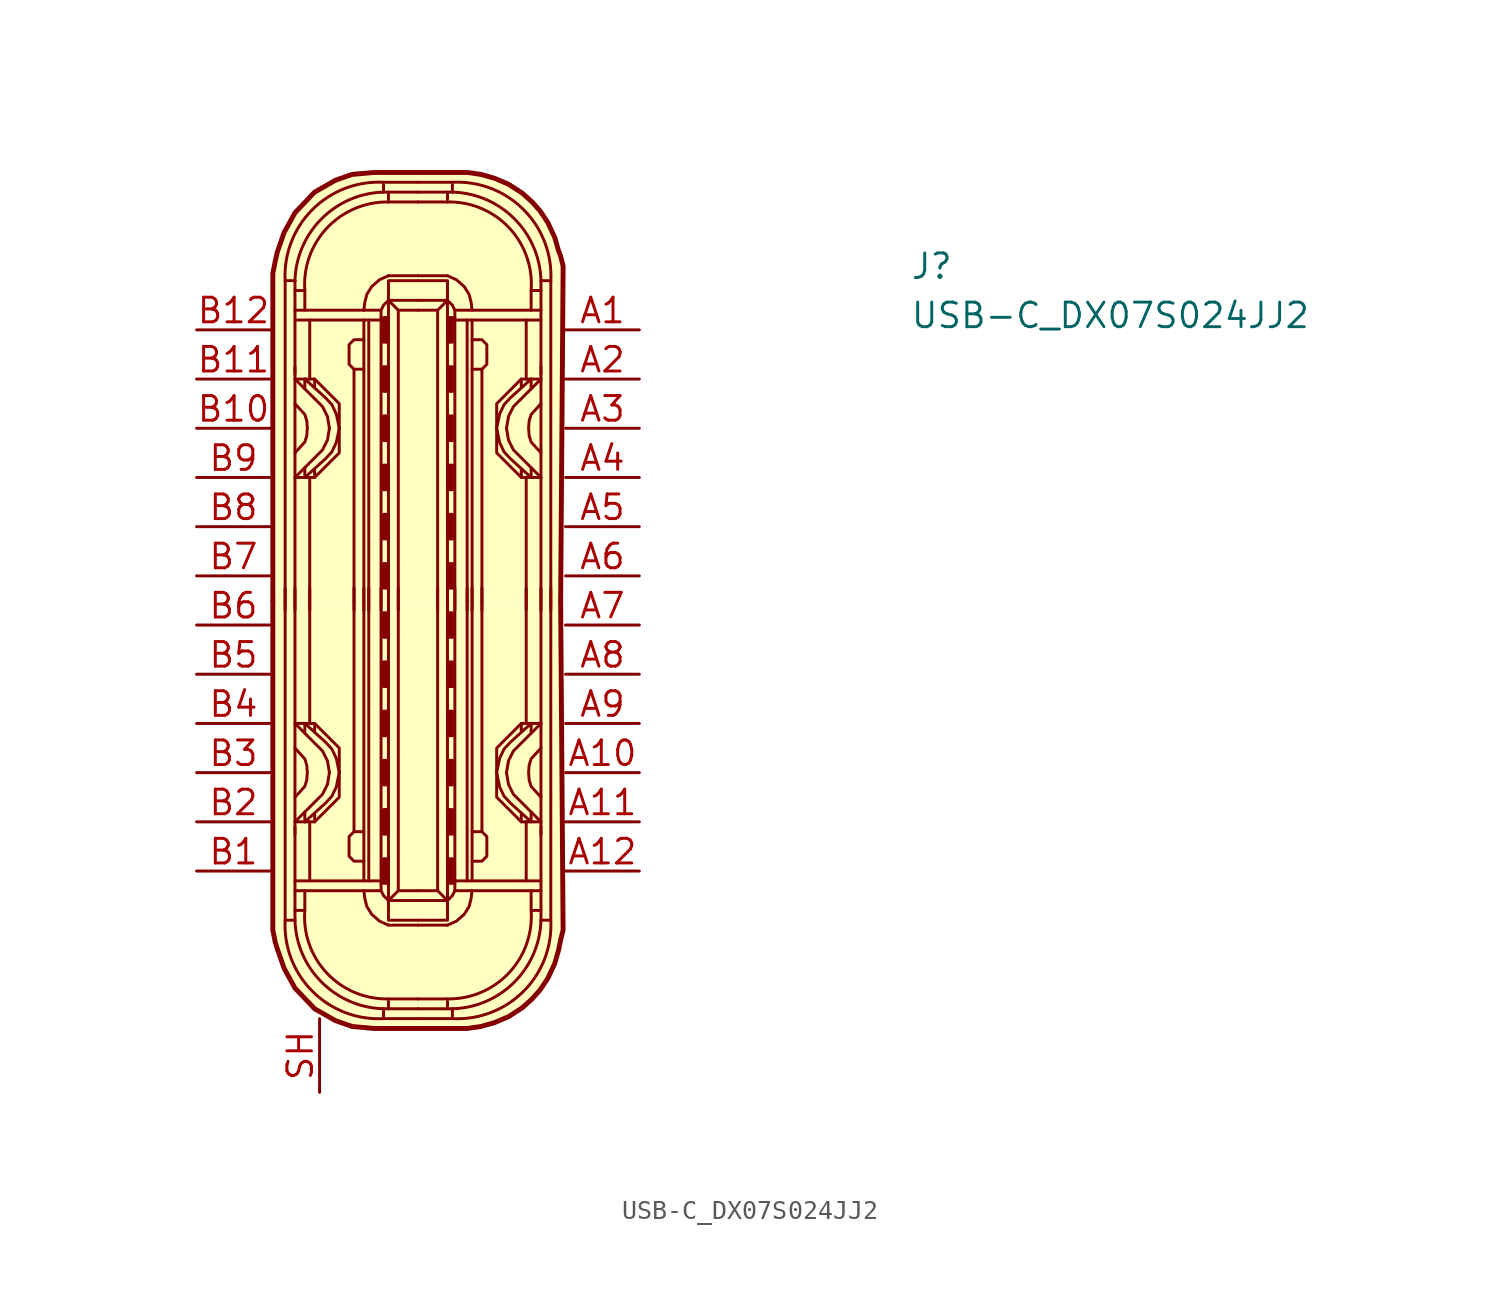
<source format=kicad_sym>
(kicad_symbol_lib
  (version 20211014)
  (generator kicad_symbol_editor)
  (symbol "USB-C_DX07S024JJ2"
    (property "Reference" "J"
      (at 36.83 2.54 0)
      (effects (font (size 1.27 1.27) (thickness 0.15)) (justify left bottom)))
    (property "Value" "USB-C_DX07S024JJ2"
      (at 36.83 0 0)
      (effects (font (size 1.27 1.27) (thickness 0.15)) (justify left bottom)))
    (symbol "USB-C_DX07S024JJ2_1_1"
      (polyline (pts (xy 4.572 -14.478) (xy 4.572 -13.335)) (stroke (width 0) (type default) (color 0 0 0 0)) (fill (type none)))
      (polyline (pts (xy 5.08 -28.956) (xy 9.525 -28.956)) (stroke (width 0) (type default) (color 0 0 0 0)) (fill (type none)))
      (polyline (pts (xy 5.08 -26.035) (xy 5.08 -13.97)) (stroke (width 0) (type default) (color 0 0 0 0)) (fill (type none)))
      (polyline (pts (xy 5.08 -14.478) (xy 5.08 -13.335)) (stroke (width 0) (type default) (color 0 0 0 0)) (fill (type none)))
      (polyline (pts (xy 5.08 -1.905) (xy 5.08 -13.97)) (stroke (width 0) (type default) (color 0 0 0 0)) (fill (type none)))
      (polyline (pts (xy 5.08 1.016) (xy 9.525 1.016)) (stroke (width 0) (type default) (color 0 0 0 0)) (fill (type none)))
      (polyline (pts (xy 5.588 -25.4) (xy 5.588 -24.892)) (stroke (width 0) (type default) (color 0 0 0 0)) (fill (type none)))
      (polyline (pts (xy 5.588 -20.32) (xy 5.588 -20.828)) (stroke (width 0) (type default) (color 0 0 0 0)) (fill (type none)))
      (polyline (pts (xy 5.588 -7.62) (xy 5.588 -7.112)) (stroke (width 0) (type default) (color 0 0 0 0)) (fill (type none)))
      (polyline (pts (xy 5.588 -2.54) (xy 5.588 -3.048)) (stroke (width 0) (type default) (color 0 0 0 0)) (fill (type none)))
      (polyline (pts (xy 5.842 -28.448) (xy 5.842 -25.4)) (stroke (width 0) (type default) (color 0 0 0 0)) (fill (type none)))
      (polyline (pts (xy 5.842 -20.32) (xy 5.842 -13.97)) (stroke (width 0) (type default) (color 0 0 0 0)) (fill (type none)))
      (polyline (pts (xy 5.842 -14.478) (xy 5.842 -13.335)) (stroke (width 0) (type default) (color 0 0 0 0)) (fill (type none)))
      (polyline (pts (xy 5.842 -7.62) (xy 5.842 -13.97)) (stroke (width 0) (type default) (color 0 0 0 0)) (fill (type none)))
      (polyline (pts (xy 5.842 0.508) (xy 5.842 -2.54)) (stroke (width 0) (type default) (color 0 0 0 0)) (fill (type none)))
      (polyline (pts (xy 6.096 -25.4) (xy 6.096 -25.019)) (stroke (width 0) (type default) (color 0 0 0 0)) (fill (type none)))
      (polyline (pts (xy 6.096 -20.574) (xy 6.096 -20.701)) (stroke (width 0) (type default) (color 0 0 0 0)) (fill (type none)))
      (polyline (pts (xy 6.096 -20.32) (xy 6.096 -20.574)) (stroke (width 0) (type default) (color 0 0 0 0)) (fill (type none)))
      (polyline (pts (xy 6.096 -7.62) (xy 6.096 -7.366)) (stroke (width 0) (type default) (color 0 0 0 0)) (fill (type none)))
      (polyline (pts (xy 6.096 -7.366) (xy 6.096 -7.239)) (stroke (width 0) (type default) (color 0 0 0 0)) (fill (type none)))
      (polyline (pts (xy 6.096 -2.54) (xy 6.096 -2.921)) (stroke (width 0) (type default) (color 0 0 0 0)) (fill (type none)))
      (polyline (pts (xy 8.128 -14.478) (xy 8.128 -13.335)) (stroke (width 0) (type default) (color 0 0 0 0)) (fill (type none)))
      (polyline (pts (xy 8.128 -13.97) (xy 8.128 -25.908)) (stroke (width 0) (type default) (color 0 0 0 0)) (fill (type none)))
      (polyline (pts (xy 8.128 -13.97) (xy 8.128 -2.032)) (stroke (width 0) (type default) (color 0 0 0 0)) (fill (type none)))
      (polyline (pts (xy 8.636 -14.478) (xy 8.636 -13.335)) (stroke (width 0) (type default) (color 0 0 0 0)) (fill (type none)))
      (polyline (pts (xy 8.636 -13.97) (xy 8.636 -28.448)) (stroke (width 0) (type default) (color 0 0 0 0)) (fill (type none)))
      (polyline (pts (xy 8.636 -13.97) (xy 8.636 0.508)) (stroke (width 0) (type default) (color 0 0 0 0)) (fill (type none)))
      (polyline (pts (xy 8.89 -28.448) (xy 8.89 -13.97)) (stroke (width 0) (type default) (color 0 0 0 0)) (fill (type none)))
      (polyline (pts (xy 8.89 -14.478) (xy 8.89 -13.335)) (stroke (width 0) (type default) (color 0 0 0 0)) (fill (type none)))
      (polyline (pts (xy 8.89 0.508) (xy 8.89 -13.97)) (stroke (width 0) (type default) (color 0 0 0 0)) (fill (type none)))
      (polyline (pts (xy 9.525 -28.448) (xy 5.08 -28.448)) (stroke (width 0) (type default) (color 0 0 0 0)) (fill (type none)))
      (polyline (pts (xy 9.525 -14.478) (xy 9.525 -13.335)) (stroke (width 0) (type default) (color 0 0 0 0)) (fill (type none)))
      (polyline (pts (xy 9.525 -13.97) (xy 9.525 -28.575)) (stroke (width 0) (type default) (color 0 0 0 0)) (fill (type none)))
      (polyline (pts (xy 9.525 -13.97) (xy 9.525 0.635)) (stroke (width 0) (type default) (color 0 0 0 0)) (fill (type none)))
      (polyline (pts (xy 9.525 0.508) (xy 5.08 0.508)) (stroke (width 0) (type default) (color 0 0 0 0)) (fill (type none)))
      (polyline (pts (xy 9.652 -35.56) (xy 11.43 -35.56)) (stroke (width 0) (type default) (color 0 0 0 0)) (fill (type background)))
      (polyline (pts (xy 9.652 -35.052) (xy 9.652 -35.433)) (stroke (width 0) (type default) (color 0 0 0 0)) (fill (type none)))
      (polyline (pts (xy 9.652 -35.052) (xy 11.43 -35.052)) (stroke (width 0) (type default) (color 0 0 0 0)) (fill (type none)))
      (polyline (pts (xy 9.652 7.112) (xy 9.652 7.493)) (stroke (width 0) (type default) (color 0 0 0 0)) (fill (type none)))
      (polyline (pts (xy 9.652 7.112) (xy 11.43 7.112)) (stroke (width 0) (type default) (color 0 0 0 0)) (fill (type none)))
      (polyline (pts (xy 9.652 7.62) (xy 11.43 7.62)) (stroke (width 0) (type default) (color 0 0 0 0)) (fill (type background)))
      (polyline (pts (xy 9.906 -34.671) (xy 9.906 -35.052)) (stroke (width 0) (type default) (color 0 0 0 0)) (fill (type none)))
      (polyline (pts (xy 9.906 -34.544) (xy 11.43 -34.544)) (stroke (width 0) (type default) (color 0 0 0 0)) (fill (type none)))
      (polyline (pts (xy 9.906 -14.478) (xy 9.906 -13.335)) (stroke (width 0) (type default) (color 0 0 0 0)) (fill (type none)))
      (polyline (pts (xy 9.906 6.604) (xy 11.43 6.604)) (stroke (width 0) (type default) (color 0 0 0 0)) (fill (type none)))
      (polyline (pts (xy 9.906 6.731) (xy 9.906 7.112)) (stroke (width 0) (type default) (color 0 0 0 0)) (fill (type none)))
      (polyline (pts (xy 10.414 -28.956) (xy 9.906 -29.464)) (stroke (width 0) (type default) (color 0 0 0 0)) (fill (type none)))
      (polyline (pts (xy 10.414 -14.478) (xy 10.414 -13.335)) (stroke (width 0) (type default) (color 0 0 0 0)) (fill (type none)))
      (polyline (pts (xy 10.414 1.016) (xy 9.906 1.524)) (stroke (width 0) (type default) (color 0 0 0 0)) (fill (type none)))
      (polyline (pts (xy 11.43 -30.734) (xy 9.906 -30.734)) (stroke (width 0) (type default) (color 0 0 0 0)) (fill (type none)))
      (polyline (pts (xy 11.43 -30.734) (xy 12.954 -30.734)) (stroke (width 0) (type default) (color 0 0 0 0)) (fill (type none)))
      (polyline (pts (xy 11.43 2.794) (xy 9.906 2.794)) (stroke (width 0) (type default) (color 0 0 0 0)) (fill (type none)))
      (polyline (pts (xy 11.43 2.794) (xy 12.954 2.794)) (stroke (width 0) (type default) (color 0 0 0 0)) (fill (type none)))
      (polyline (pts (xy 12.446 -28.956) (xy 12.954 -29.464)) (stroke (width 0) (type default) (color 0 0 0 0)) (fill (type none)))
      (polyline (pts (xy 12.446 -14.478) (xy 12.446 -13.335)) (stroke (width 0) (type default) (color 0 0 0 0)) (fill (type none)))
      (polyline (pts (xy 12.446 1.016) (xy 12.954 1.524)) (stroke (width 0) (type default) (color 0 0 0 0)) (fill (type none)))
      (polyline (pts (xy 12.954 -34.671) (xy 12.954 -35.052)) (stroke (width 0) (type default) (color 0 0 0 0)) (fill (type none)))
      (polyline (pts (xy 12.954 -34.544) (xy 11.43 -34.544)) (stroke (width 0) (type default) (color 0 0 0 0)) (fill (type none)))
      (polyline (pts (xy 12.954 -14.478) (xy 12.954 -13.335)) (stroke (width 0) (type default) (color 0 0 0 0)) (fill (type none)))
      (polyline (pts (xy 12.954 6.604) (xy 11.43 6.604)) (stroke (width 0) (type default) (color 0 0 0 0)) (fill (type none)))
      (polyline (pts (xy 12.954 6.731) (xy 12.954 7.112)) (stroke (width 0) (type default) (color 0 0 0 0)) (fill (type none)))
      (polyline (pts (xy 13.208 -35.56) (xy 11.43 -35.56)) (stroke (width 0) (type default) (color 0 0 0 0)) (fill (type background)))
      (polyline (pts (xy 13.208 -35.052) (xy 11.43 -35.052)) (stroke (width 0) (type default) (color 0 0 0 0)) (fill (type none)))
      (polyline (pts (xy 13.208 -35.052) (xy 13.208 -35.433)) (stroke (width 0) (type default) (color 0 0 0 0)) (fill (type none)))
      (polyline (pts (xy 13.208 7.112) (xy 11.43 7.112)) (stroke (width 0) (type default) (color 0 0 0 0)) (fill (type none)))
      (polyline (pts (xy 13.208 7.112) (xy 13.208 7.493)) (stroke (width 0) (type default) (color 0 0 0 0)) (fill (type none)))
      (polyline (pts (xy 13.208 7.62) (xy 11.43 7.62)) (stroke (width 0) (type default) (color 0 0 0 0)) (fill (type background)))
      (polyline (pts (xy 13.335 -28.448) (xy 17.78 -28.448)) (stroke (width 0) (type default) (color 0 0 0 0)) (fill (type none)))
      (polyline (pts (xy 13.335 -14.478) (xy 13.335 -13.335)) (stroke (width 0) (type default) (color 0 0 0 0)) (fill (type none)))
      (polyline (pts (xy 13.335 -13.97) (xy 13.335 -28.575)) (stroke (width 0) (type default) (color 0 0 0 0)) (fill (type none)))
      (polyline (pts (xy 13.335 -13.97) (xy 13.335 0.635)) (stroke (width 0) (type default) (color 0 0 0 0)) (fill (type none)))
      (polyline (pts (xy 13.335 0.508) (xy 17.78 0.508)) (stroke (width 0) (type default) (color 0 0 0 0)) (fill (type none)))
      (polyline (pts (xy 13.97 -28.448) (xy 13.97 -13.97)) (stroke (width 0) (type default) (color 0 0 0 0)) (fill (type none)))
      (polyline (pts (xy 13.97 -14.478) (xy 13.97 -13.335)) (stroke (width 0) (type default) (color 0 0 0 0)) (fill (type none)))
      (polyline (pts (xy 13.97 0.508) (xy 13.97 -13.97)) (stroke (width 0) (type default) (color 0 0 0 0)) (fill (type none)))
      (polyline (pts (xy 14.224 -14.478) (xy 14.224 -13.335)) (stroke (width 0) (type default) (color 0 0 0 0)) (fill (type none)))
      (polyline (pts (xy 14.224 -13.97) (xy 14.224 -28.448)) (stroke (width 0) (type default) (color 0 0 0 0)) (fill (type none)))
      (polyline (pts (xy 14.224 -13.97) (xy 14.224 0.508)) (stroke (width 0) (type default) (color 0 0 0 0)) (fill (type none)))
      (polyline (pts (xy 14.732 -14.478) (xy 14.732 -13.335)) (stroke (width 0) (type default) (color 0 0 0 0)) (fill (type none)))
      (polyline (pts (xy 14.732 -13.97) (xy 14.732 -25.908)) (stroke (width 0) (type default) (color 0 0 0 0)) (fill (type none)))
      (polyline (pts (xy 14.732 -13.97) (xy 14.732 -2.032)) (stroke (width 0) (type default) (color 0 0 0 0)) (fill (type none)))
      (polyline (pts (xy 16.764 -25.4) (xy 16.764 -25.019)) (stroke (width 0) (type default) (color 0 0 0 0)) (fill (type none)))
      (polyline (pts (xy 16.764 -20.574) (xy 16.764 -20.701)) (stroke (width 0) (type default) (color 0 0 0 0)) (fill (type none)))
      (polyline (pts (xy 16.764 -20.32) (xy 16.764 -20.574)) (stroke (width 0) (type default) (color 0 0 0 0)) (fill (type none)))
      (polyline (pts (xy 16.764 -7.62) (xy 16.764 -7.366)) (stroke (width 0) (type default) (color 0 0 0 0)) (fill (type none)))
      (polyline (pts (xy 16.764 -7.366) (xy 16.764 -7.239)) (stroke (width 0) (type default) (color 0 0 0 0)) (fill (type none)))
      (polyline (pts (xy 16.764 -2.54) (xy 16.764 -2.921)) (stroke (width 0) (type default) (color 0 0 0 0)) (fill (type none)))
      (polyline (pts (xy 17.018 -28.448) (xy 17.018 -25.4)) (stroke (width 0) (type default) (color 0 0 0 0)) (fill (type none)))
      (polyline (pts (xy 17.018 -20.32) (xy 17.018 -13.97)) (stroke (width 0) (type default) (color 0 0 0 0)) (fill (type none)))
      (polyline (pts (xy 17.018 -14.478) (xy 17.018 -13.335)) (stroke (width 0) (type default) (color 0 0 0 0)) (fill (type none)))
      (polyline (pts (xy 17.018 -7.62) (xy 17.018 -13.97)) (stroke (width 0) (type default) (color 0 0 0 0)) (fill (type none)))
      (polyline (pts (xy 17.018 0.508) (xy 17.018 -2.54)) (stroke (width 0) (type default) (color 0 0 0 0)) (fill (type none)))
      (polyline (pts (xy 17.272 -25.4) (xy 17.272 -24.892)) (stroke (width 0) (type default) (color 0 0 0 0)) (fill (type none)))
      (polyline (pts (xy 17.272 -20.32) (xy 17.272 -20.828)) (stroke (width 0) (type default) (color 0 0 0 0)) (fill (type none)))
      (polyline (pts (xy 17.272 -7.62) (xy 17.272 -7.112)) (stroke (width 0) (type default) (color 0 0 0 0)) (fill (type none)))
      (polyline (pts (xy 17.272 -2.54) (xy 17.272 -3.048)) (stroke (width 0) (type default) (color 0 0 0 0)) (fill (type none)))
      (polyline (pts (xy 17.78 -28.956) (xy 13.335 -28.956)) (stroke (width 0) (type default) (color 0 0 0 0)) (fill (type none)))
      (polyline (pts (xy 17.78 -26.035) (xy 17.78 -13.97)) (stroke (width 0) (type default) (color 0 0 0 0)) (fill (type none)))
      (polyline (pts (xy 17.78 -14.478) (xy 17.78 -13.335)) (stroke (width 0) (type default) (color 0 0 0 0)) (fill (type none)))
      (polyline (pts (xy 17.78 -1.905) (xy 17.78 -13.97)) (stroke (width 0) (type default) (color 0 0 0 0)) (fill (type none)))
      (polyline (pts (xy 17.78 1.016) (xy 13.335 1.016)) (stroke (width 0) (type default) (color 0 0 0 0)) (fill (type none)))
      (polyline (pts (xy 18.288 -14.478) (xy 18.288 -13.335)) (stroke (width 0) (type default) (color 0 0 0 0)) (fill (type none)))
      (polyline (pts (xy 18.796 -14.478) (xy 18.796 -13.335)) (stroke (width 0) (type default) (color 0 0 0 0)) (fill (type none)))
      (polyline (pts (xy 5.08 -30.48) (xy 4.572 -30.48) (xy 4.572 -13.97)) (stroke (width 0) (type default) (color 0 0 0 0)) (fill (type none)))
      (polyline (pts (xy 5.08 -25.654) (xy 5.08 -29.845) (xy 5.08 -30.48)) (stroke (width 0) (type default) (color 0 0 0 0)) (fill (type none)))
      (polyline (pts (xy 5.08 -2.286) (xy 5.08 1.905) (xy 5.08 2.54)) (stroke (width 0) (type default) (color 0 0 0 0)) (fill (type none)))
      (polyline (pts (xy 5.08 2.54) (xy 4.572 2.54) (xy 4.572 -13.97)) (stroke (width 0) (type default) (color 0 0 0 0)) (fill (type none)))
      (polyline (pts (xy 5.588 -28.956) (xy 5.588 -29.972) (xy 5.08 -29.972)) (stroke (width 0) (type default) (color 0 0 0 0)) (fill (type none)))
      (polyline (pts (xy 5.588 1.016) (xy 5.588 2.032) (xy 5.08 2.032)) (stroke (width 0) (type default) (color 0 0 0 0)) (fill (type none)))
      (polyline (pts (xy 9.906 -13.97) (xy 9.906 -29.464) (xy 11.43 -29.464)) (stroke (width 0) (type default) (color 0 0 0 0)) (fill (type none)))
      (polyline (pts (xy 9.906 -13.97) (xy 9.906 1.524) (xy 11.43 1.524)) (stroke (width 0) (type default) (color 0 0 0 0)) (fill (type none)))
      (polyline (pts (xy 10.414 -13.97) (xy 10.414 -28.956) (xy 11.43 -28.956)) (stroke (width 0) (type default) (color 0 0 0 0)) (fill (type none)))
      (polyline (pts (xy 10.414 -13.97) (xy 10.414 1.016) (xy 11.43 1.016)) (stroke (width 0) (type default) (color 0 0 0 0)) (fill (type none)))
      (polyline (pts (xy 12.446 -13.97) (xy 12.446 -28.956) (xy 11.43 -28.956)) (stroke (width 0) (type default) (color 0 0 0 0)) (fill (type none)))
      (polyline (pts (xy 12.446 -13.97) (xy 12.446 1.016) (xy 11.43 1.016)) (stroke (width 0) (type default) (color 0 0 0 0)) (fill (type none)))
      (polyline (pts (xy 12.954 -13.97) (xy 12.954 -29.464) (xy 11.43 -29.464)) (stroke (width 0) (type default) (color 0 0 0 0)) (fill (type none)))
      (polyline (pts (xy 12.954 -13.97) (xy 12.954 1.524) (xy 11.43 1.524)) (stroke (width 0) (type default) (color 0 0 0 0)) (fill (type none)))
      (polyline (pts (xy 17.272 -28.956) (xy 17.272 -29.972) (xy 17.78 -29.972)) (stroke (width 0) (type default) (color 0 0 0 0)) (fill (type none)))
      (polyline (pts (xy 17.272 1.016) (xy 17.272 2.032) (xy 17.78 2.032)) (stroke (width 0) (type default) (color 0 0 0 0)) (fill (type none)))
      (polyline (pts (xy 17.78 -30.48) (xy 18.288 -30.48) (xy 18.288 -13.97)) (stroke (width 0) (type default) (color 0 0 0 0)) (fill (type none)))
      (polyline (pts (xy 17.78 -25.654) (xy 17.78 -29.845) (xy 17.78 -30.48)) (stroke (width 0) (type default) (color 0 0 0 0)) (fill (type none)))
      (polyline (pts (xy 17.78 -2.286) (xy 17.78 1.905) (xy 17.78 2.54)) (stroke (width 0) (type default) (color 0 0 0 0)) (fill (type none)))
      (polyline (pts (xy 17.78 2.54) (xy 18.288 2.54) (xy 18.288 -13.97)) (stroke (width 0) (type default) (color 0 0 0 0)) (fill (type none)))
      (polyline (pts (xy 5.08 -25.4) (xy 6.502 -23.978) (xy 6.756 -23.47) (xy 6.858 -22.86)) (stroke (width 0) (type default) (color 0 0 0 0)) (fill (type none)))
      (polyline (pts (xy 5.08 -24.13) (xy 5.588 -23.571) (xy 5.69 -23.241) (xy 5.715 -22.885)) (stroke (width 0) (type default) (color 0 0 0 0)) (fill (type none)))
      (polyline (pts (xy 5.08 -21.59) (xy 5.588 -22.149) (xy 5.69 -22.479) (xy 5.715 -22.835)) (stroke (width 0) (type default) (color 0 0 0 0)) (fill (type none)))
      (polyline (pts (xy 5.08 -20.32) (xy 6.502 -21.742) (xy 6.756 -22.25) (xy 6.858 -22.86)) (stroke (width 0) (type default) (color 0 0 0 0)) (fill (type none)))
      (polyline (pts (xy 5.08 -7.62) (xy 6.502 -6.198) (xy 6.756 -5.69) (xy 6.858 -5.08)) (stroke (width 0) (type default) (color 0 0 0 0)) (fill (type none)))
      (polyline (pts (xy 5.08 -6.35) (xy 5.588 -5.791) (xy 5.69 -5.461) (xy 5.715 -5.105)) (stroke (width 0) (type default) (color 0 0 0 0)) (fill (type none)))
      (polyline (pts (xy 5.08 -3.81) (xy 5.588 -4.369) (xy 5.69 -4.699) (xy 5.715 -5.055)) (stroke (width 0) (type default) (color 0 0 0 0)) (fill (type none)))
      (polyline (pts (xy 5.08 -2.54) (xy 6.502 -3.962) (xy 6.756 -4.47) (xy 6.858 -5.08)) (stroke (width 0) (type default) (color 0 0 0 0)) (fill (type none)))
      (polyline (pts (xy 9.525 -28.575) (xy 9.525 -28.956) (xy 9.652 -29.21) (xy 9.906 -29.464)) (stroke (width 0) (type default) (color 0 0 0 0)) (fill (type none)))
      (polyline (pts (xy 9.525 0.635) (xy 9.525 1.016) (xy 9.652 1.27) (xy 9.906 1.524)) (stroke (width 0) (type default) (color 0 0 0 0)) (fill (type none)))
      (polyline (pts (xy 11.43 -30.48) (xy 10.033 -30.48) (xy 9.906 -30.48) (xy 9.906 -29.464)) (stroke (width 0) (type default) (color 0 0 0 0)) (fill (type none)))
      (polyline (pts (xy 11.43 -30.48) (xy 12.827 -30.48) (xy 12.954 -30.48) (xy 12.954 -29.464)) (stroke (width 0) (type default) (color 0 0 0 0)) (fill (type none)))
      (polyline (pts (xy 11.43 2.54) (xy 10.033 2.54) (xy 9.906 2.54) (xy 9.906 1.524)) (stroke (width 0) (type default) (color 0 0 0 0)) (fill (type none)))
      (polyline (pts (xy 11.43 2.54) (xy 12.827 2.54) (xy 12.954 2.54) (xy 12.954 1.524)) (stroke (width 0) (type default) (color 0 0 0 0)) (fill (type none)))
      (polyline (pts (xy 13.335 -28.575) (xy 13.335 -28.956) (xy 13.208 -29.21) (xy 12.954 -29.464)) (stroke (width 0) (type default) (color 0 0 0 0)) (fill (type none)))
      (polyline (pts (xy 13.335 0.635) (xy 13.335 1.016) (xy 13.208 1.27) (xy 12.954 1.524)) (stroke (width 0) (type default) (color 0 0 0 0)) (fill (type none)))
      (polyline (pts (xy 17.78 -25.4) (xy 16.358 -23.978) (xy 16.104 -23.47) (xy 16.002 -22.86)) (stroke (width 0) (type default) (color 0 0 0 0)) (fill (type none)))
      (polyline (pts (xy 17.78 -24.13) (xy 17.272 -23.571) (xy 17.17 -23.241) (xy 17.145 -22.885)) (stroke (width 0) (type default) (color 0 0 0 0)) (fill (type none)))
      (polyline (pts (xy 17.78 -21.59) (xy 17.272 -22.149) (xy 17.17 -22.479) (xy 17.145 -22.835)) (stroke (width 0) (type default) (color 0 0 0 0)) (fill (type none)))
      (polyline (pts (xy 17.78 -20.32) (xy 16.358 -21.742) (xy 16.104 -22.25) (xy 16.002 -22.86)) (stroke (width 0) (type default) (color 0 0 0 0)) (fill (type none)))
      (polyline (pts (xy 17.78 -7.62) (xy 16.358 -6.198) (xy 16.104 -5.69) (xy 16.002 -5.08)) (stroke (width 0) (type default) (color 0 0 0 0)) (fill (type none)))
      (polyline (pts (xy 17.78 -6.35) (xy 17.272 -5.791) (xy 17.17 -5.461) (xy 17.145 -5.105)) (stroke (width 0) (type default) (color 0 0 0 0)) (fill (type none)))
      (polyline (pts (xy 17.78 -3.81) (xy 17.272 -4.369) (xy 17.17 -4.699) (xy 17.145 -5.055)) (stroke (width 0) (type default) (color 0 0 0 0)) (fill (type none)))
      (polyline (pts (xy 17.78 -2.54) (xy 16.358 -3.962) (xy 16.104 -4.47) (xy 16.002 -5.08)) (stroke (width 0) (type default) (color 0 0 0 0)) (fill (type none)))
      (polyline (pts (xy 5.588 -25.4) (xy 6.655 -24.435) (xy 6.985 -24.079) (xy 7.214 -23.597) (xy 7.366 -22.86)) (stroke (width 0) (type default) (color 0 0 0 0)) (fill (type none)))
      (polyline (pts (xy 5.588 -20.32) (xy 6.655 -21.285) (xy 6.985 -21.641) (xy 7.214 -22.123) (xy 7.366 -22.86)) (stroke (width 0) (type default) (color 0 0 0 0)) (fill (type none)))
      (polyline (pts (xy 5.588 -7.62) (xy 6.655 -6.655) (xy 6.985 -6.299) (xy 7.214 -5.817) (xy 7.366 -5.08)) (stroke (width 0) (type default) (color 0 0 0 0)) (fill (type none)))
      (polyline (pts (xy 5.588 -2.54) (xy 6.655 -3.505) (xy 6.985 -3.861) (xy 7.214 -4.343) (xy 7.366 -5.08)) (stroke (width 0) (type default) (color 0 0 0 0)) (fill (type none)))
      (polyline (pts (xy 17.272 -25.4) (xy 16.205 -24.435) (xy 15.875 -24.079) (xy 15.646 -23.597) (xy 15.494 -22.86)) (stroke (width 0) (type default) (color 0 0 0 0)) (fill (type none)))
      (polyline (pts (xy 17.272 -20.32) (xy 16.205 -21.285) (xy 15.875 -21.641) (xy 15.646 -22.123) (xy 15.494 -22.86)) (stroke (width 0) (type default) (color 0 0 0 0)) (fill (type none)))
      (polyline (pts (xy 17.272 -7.62) (xy 16.205 -6.655) (xy 15.875 -6.299) (xy 15.646 -5.817) (xy 15.494 -5.08)) (stroke (width 0) (type default) (color 0 0 0 0)) (fill (type none)))
      (polyline (pts (xy 17.272 -2.54) (xy 16.205 -3.505) (xy 15.875 -3.861) (xy 15.646 -4.343) (xy 15.494 -5.08)) (stroke (width 0) (type default) (color 0 0 0 0)) (fill (type none)))
      (polyline (pts (xy 5.08 -25.4) (xy 6.096 -25.4) (xy 7.366 -24.13) (xy 7.366 -21.59) (xy 6.096 -20.32) (xy 5.08 -20.32)) (stroke (width 0) (type default) (color 0 0 0 0)) (fill (type none)))
      (polyline (pts (xy 5.08 -2.54) (xy 6.096 -2.54) (xy 7.366 -3.81) (xy 7.366 -6.35) (xy 6.096 -7.62) (xy 5.08 -7.62)) (stroke (width 0) (type default) (color 0 0 0 0)) (fill (type none)))
      (polyline (pts (xy 8.636 -28.956) (xy 8.687 -29.362) (xy 8.788 -29.769) (xy 9.042 -30.175) (xy 9.449 -30.531) (xy 9.906 -30.734)) (stroke (width 0) (type default) (color 0 0 0 0)) (fill (type none)))
      (polyline (pts (xy 8.636 -27.432) (xy 8.128 -27.432) (xy 7.874 -27.178) (xy 7.874 -26.162) (xy 8.128 -25.908) (xy 8.636 -25.908)) (stroke (width 0) (type default) (color 0 0 0 0)) (fill (type none)))
      (polyline (pts (xy 8.636 -0.508) (xy 8.128 -0.508) (xy 7.874 -0.762) (xy 7.874 -1.778) (xy 8.128 -2.032) (xy 8.636 -2.032)) (stroke (width 0) (type default) (color 0 0 0 0)) (fill (type none)))
      (polyline (pts (xy 8.636 1.016) (xy 8.687 1.422) (xy 8.788 1.829) (xy 9.042 2.235) (xy 9.449 2.591) (xy 9.906 2.794)) (stroke (width 0) (type default) (color 0 0 0 0)) (fill (type none)))
      (polyline (pts (xy 14.224 -28.956) (xy 14.173 -29.362) (xy 14.072 -29.769) (xy 13.818 -30.175) (xy 13.411 -30.531) (xy 12.954 -30.734)) (stroke (width 0) (type default) (color 0 0 0 0)) (fill (type none)))
      (polyline (pts (xy 14.224 -27.432) (xy 14.732 -27.432) (xy 14.986 -27.178) (xy 14.986 -26.162) (xy 14.732 -25.908) (xy 14.224 -25.908)) (stroke (width 0) (type default) (color 0 0 0 0)) (fill (type none)))
      (polyline (pts (xy 14.224 -0.508) (xy 14.732 -0.508) (xy 14.986 -0.762) (xy 14.986 -1.778) (xy 14.732 -2.032) (xy 14.224 -2.032)) (stroke (width 0) (type default) (color 0 0 0 0)) (fill (type none)))
      (polyline (pts (xy 14.224 1.016) (xy 14.173 1.422) (xy 14.072 1.829) (xy 13.818 2.235) (xy 13.411 2.591) (xy 12.954 2.794)) (stroke (width 0) (type default) (color 0 0 0 0)) (fill (type none)))
      (polyline (pts (xy 17.78 -25.4) (xy 16.764 -25.4) (xy 15.494 -24.13) (xy 15.494 -21.59) (xy 16.764 -20.32) (xy 17.78 -20.32)) (stroke (width 0) (type default) (color 0 0 0 0)) (fill (type none)))
      (polyline (pts (xy 17.78 -2.54) (xy 16.764 -2.54) (xy 15.494 -3.81) (xy 15.494 -6.35) (xy 16.764 -7.62) (xy 17.78 -7.62)) (stroke (width 0) (type default) (color 0 0 0 0)) (fill (type none)))
      (polyline (pts (xy 18.796 -13.97) (xy 18.923 -30.988) (xy 18.923 -30.988) (xy 18.796 -31.496) (xy 18.694 -32.004) (xy 18.491 -32.715) (xy 18.136 -33.477) (xy 17.729 -34.087) (xy 17.323 -34.544) (xy 16.815 -35.001) (xy 16.104 -35.458) (xy 15.392 -35.763) (xy 14.681 -35.966) (xy 13.97 -36.068) (xy 9.144 -36.068) (xy 8.026 -35.966) (xy 7.163 -35.662) (xy 6.096 -35.052) (xy 5.08 -33.985) (xy 4.521 -32.969) (xy 4.166 -31.953) (xy 4.064 -31.623) (xy 3.937 -30.988) (xy 3.937 -13.97)) (stroke (width 0.254) (type default) (color 0 0 0 0)) (fill (type background)))
      (polyline (pts (xy 18.796 -13.97) (xy 18.923 3.048) (xy 18.923 3.302) (xy 18.796 3.81) (xy 18.694 4.064) (xy 18.491 4.775) (xy 18.136 5.537) (xy 17.729 6.147) (xy 17.323 6.604) (xy 16.815 7.061) (xy 16.104 7.518) (xy 15.392 7.823) (xy 14.681 8.026) (xy 13.97 8.128) (xy 9.144 8.128) (xy 8.026 8.026) (xy 7.163 7.722) (xy 6.096 7.112) (xy 5.08 6.045) (xy 4.521 5.029) (xy 4.166 4.013) (xy 4.064 3.556) (xy 3.937 2.921) (xy 3.937 -13.97)) (stroke (width 0.254) (type default) (color 0 0 0 0)) (fill (type background)))
      (arc (start 4.572 -30.48) (mid 5.9808 -34.1512) (end 9.652 -35.56) (stroke (width 0) (type default) (color 0 0 0 0)) (fill (type none)))
      (arc (start 5.08 -30.48) (mid 6.4551 -33.6769) (end 9.652 -35.052) (stroke (width 0) (type default) (color 0 0 0 0)) (fill (type none)))
      (arc (start 5.588 -29.972) (mid 6.731 -33.2177) (end 9.906 -34.544) (stroke (width 0) (type default) (color 0 0 0 0)) (fill (type none)))
      (rectangle (start 9.652 -28.575) (end 9.906 -27.305) (stroke (width 0) (type default) (color 0 0 0 0)) (fill (type outline)))
      (rectangle (start 9.652 -26.035) (end 9.906 -24.765) (stroke (width 0) (type default) (color 0 0 0 0)) (fill (type outline)))
      (rectangle (start 9.652 -23.495) (end 9.906 -22.225) (stroke (width 0) (type default) (color 0 0 0 0)) (fill (type outline)))
      (rectangle (start 9.652 -20.955) (end 9.906 -19.685) (stroke (width 0) (type default) (color 0 0 0 0)) (fill (type outline)))
      (rectangle (start 9.652 -18.415) (end 9.906 -17.145) (stroke (width 0) (type default) (color 0 0 0 0)) (fill (type outline)))
      (rectangle (start 9.652 -15.875) (end 9.906 -14.605) (stroke (width 0) (type default) (color 0 0 0 0)) (fill (type outline)))
      (rectangle (start 9.652 -12.065) (end 9.906 -13.335) (stroke (width 0) (type default) (color 0 0 0 0)) (fill (type outline)))
      (rectangle (start 9.652 -9.525) (end 9.906 -10.795) (stroke (width 0) (type default) (color 0 0 0 0)) (fill (type outline)))
      (rectangle (start 9.652 -6.985) (end 9.906 -8.255) (stroke (width 0) (type default) (color 0 0 0 0)) (fill (type outline)))
      (rectangle (start 9.652 -4.445) (end 9.906 -5.715) (stroke (width 0) (type default) (color 0 0 0 0)) (fill (type outline)))
      (rectangle (start 9.652 -1.905) (end 9.906 -3.175) (stroke (width 0) (type default) (color 0 0 0 0)) (fill (type outline)))
      (rectangle (start 9.652 0.635) (end 9.906 -0.635) (stroke (width 0) (type default) (color 0 0 0 0)) (fill (type outline)))
      (arc (start 9.652 7.112) (mid 6.4551 5.7369) (end 5.08 2.54) (stroke (width 0) (type default) (color 0 0 0 0)) (fill (type none)))
      (arc (start 9.652 7.62) (mid 5.9808 6.2112) (end 4.572 2.54) (stroke (width 0) (type default) (color 0 0 0 0)) (fill (type none)))
      (arc (start 9.906 6.604) (mid 6.7399 5.2691) (end 5.588 2.032) (stroke (width 0) (type default) (color 0 0 0 0)) (fill (type none)))
      (arc (start 12.954 -34.544) (mid 16.1201 -33.2091) (end 17.272 -29.972) (stroke (width 0) (type default) (color 0 0 0 0)) (fill (type none)))
      (arc (start 13.208 -35.56) (mid 16.8792 -34.1512) (end 18.288 -30.48) (stroke (width 0) (type default) (color 0 0 0 0)) (fill (type none)))
      (arc (start 13.208 -35.052) (mid 16.4049 -33.6769) (end 17.78 -30.48) (stroke (width 0) (type default) (color 0 0 0 0)) (fill (type none)))
      (rectangle (start 13.208 -28.575) (end 12.954 -27.305) (stroke (width 0) (type default) (color 0 0 0 0)) (fill (type outline)))
      (rectangle (start 13.208 -26.035) (end 12.954 -24.765) (stroke (width 0) (type default) (color 0 0 0 0)) (fill (type outline)))
      (rectangle (start 13.208 -23.495) (end 12.954 -22.225) (stroke (width 0) (type default) (color 0 0 0 0)) (fill (type outline)))
      (rectangle (start 13.208 -20.955) (end 12.954 -19.685) (stroke (width 0) (type default) (color 0 0 0 0)) (fill (type outline)))
      (rectangle (start 13.208 -18.415) (end 12.954 -17.145) (stroke (width 0) (type default) (color 0 0 0 0)) (fill (type outline)))
      (rectangle (start 13.208 -15.875) (end 12.954 -14.605) (stroke (width 0) (type default) (color 0 0 0 0)) (fill (type outline)))
      (rectangle (start 13.208 -12.065) (end 12.954 -13.335) (stroke (width 0) (type default) (color 0 0 0 0)) (fill (type outline)))
      (rectangle (start 13.208 -9.525) (end 12.954 -10.795) (stroke (width 0) (type default) (color 0 0 0 0)) (fill (type outline)))
      (rectangle (start 13.208 -6.985) (end 12.954 -8.255) (stroke (width 0) (type default) (color 0 0 0 0)) (fill (type outline)))
      (rectangle (start 13.208 -4.445) (end 12.954 -5.715) (stroke (width 0) (type default) (color 0 0 0 0)) (fill (type outline)))
      (rectangle (start 13.208 -1.905) (end 12.954 -3.175) (stroke (width 0) (type default) (color 0 0 0 0)) (fill (type outline)))
      (rectangle (start 13.208 0.635) (end 12.954 -0.635) (stroke (width 0) (type default) (color 0 0 0 0)) (fill (type outline)))
      (arc (start 17.272 2.032) (mid 16.129 5.2777) (end 12.954 6.604) (stroke (width 0) (type default) (color 0 0 0 0)) (fill (type none)))
      (arc (start 17.78 2.54) (mid 16.4049 5.7369) (end 13.208 7.112) (stroke (width 0) (type default) (color 0 0 0 0)) (fill (type none)))
      (arc (start 18.288 2.54) (mid 16.8792 6.2112) (end 13.208 7.62) (stroke (width 0) (type default) (color 0 0 0 0)) (fill (type none)))
      (pin passive line (at 22.86 0 180) (length 3.81) (name "~" (effects (font (size 1.27 1.27)))) (number "A1" (effects (font (size 1.27 1.27)))))
      (pin passive line (at 22.86 -22.86 180) (length 3.81) (name "~" (effects (font (size 1.27 1.27)))) (number "A10" (effects (font (size 1.27 1.27)))))
      (pin passive line (at 22.86 -25.4 180) (length 3.81) (name "~" (effects (font (size 1.27 1.27)))) (number "A11" (effects (font (size 1.27 1.27)))))
      (pin passive line (at 22.86 -27.94 180) (length 3.81) (name "~" (effects (font (size 1.27 1.27)))) (number "A12" (effects (font (size 1.27 1.27)))))
      (pin passive line (at 22.86 -2.54 180) (length 3.81) (name "~" (effects (font (size 1.27 1.27)))) (number "A2" (effects (font (size 1.27 1.27)))))
      (pin passive line (at 22.86 -5.08 180) (length 3.81) (name "~" (effects (font (size 1.27 1.27)))) (number "A3" (effects (font (size 1.27 1.27)))))
      (pin passive line (at 22.86 -7.62 180) (length 3.81) (name "~" (effects (font (size 1.27 1.27)))) (number "A4" (effects (font (size 1.27 1.27)))))
      (pin passive line (at 22.86 -10.16 180) (length 3.81) (name "~" (effects (font (size 1.27 1.27)))) (number "A5" (effects (font (size 1.27 1.27)))))
      (pin passive line (at 22.86 -12.7 180) (length 3.81) (name "~" (effects (font (size 1.27 1.27)))) (number "A6" (effects (font (size 1.27 1.27)))))
      (pin passive line (at 22.86 -15.24 180) (length 3.81) (name "~" (effects (font (size 1.27 1.27)))) (number "A7" (effects (font (size 1.27 1.27)))))
      (pin passive line (at 22.86 -17.78 180) (length 3.81) (name "~" (effects (font (size 1.27 1.27)))) (number "A8" (effects (font (size 1.27 1.27)))))
      (pin passive line (at 22.86 -20.32 180) (length 3.81) (name "~" (effects (font (size 1.27 1.27)))) (number "A9" (effects (font (size 1.27 1.27)))))
      (pin passive line (at 0 -27.94 0) (length 3.81) (name "~" (effects (font (size 1.27 1.27)))) (number "B1" (effects (font (size 1.27 1.27)))))
      (pin passive line (at 0 -5.08 0) (length 3.81) (name "~" (effects (font (size 1.27 1.27)))) (number "B10" (effects (font (size 1.27 1.27)))))
      (pin passive line (at 0 -2.54 0) (length 3.81) (name "~" (effects (font (size 1.27 1.27)))) (number "B11" (effects (font (size 1.27 1.27)))))
      (pin passive line (at 0 0 0) (length 3.81) (name "~" (effects (font (size 1.27 1.27)))) (number "B12" (effects (font (size 1.27 1.27)))))
      (pin passive line (at 0 -25.4 0) (length 3.81) (name "~" (effects (font (size 1.27 1.27)))) (number "B2" (effects (font (size 1.27 1.27)))))
      (pin passive line (at 0 -22.86 0) (length 3.81) (name "~" (effects (font (size 1.27 1.27)))) (number "B3" (effects (font (size 1.27 1.27)))))
      (pin passive line (at 0 -20.32 0) (length 3.81) (name "~" (effects (font (size 1.27 1.27)))) (number "B4" (effects (font (size 1.27 1.27)))))
      (pin passive line (at 0 -17.78 0) (length 3.81) (name "~" (effects (font (size 1.27 1.27)))) (number "B5" (effects (font (size 1.27 1.27)))))
      (pin passive line (at 0 -15.24 0) (length 3.81) (name "~" (effects (font (size 1.27 1.27)))) (number "B6" (effects (font (size 1.27 1.27)))))
      (pin passive line (at 0 -12.7 0) (length 3.81) (name "~" (effects (font (size 1.27 1.27)))) (number "B7" (effects (font (size 1.27 1.27)))))
      (pin passive line (at 0 -10.16 0) (length 3.81) (name "~" (effects (font (size 1.27 1.27)))) (number "B8" (effects (font (size 1.27 1.27)))))
      (pin passive line (at 0 -7.62 0) (length 3.81) (name "~" (effects (font (size 1.27 1.27)))) (number "B9" (effects (font (size 1.27 1.27)))))
      (pin input line (at 6.35 -39.37 90) (length 3.81) (name "~" (effects (font (size 1.27 1.27)))) (number "SH" (effects (font (size 1.27 1.27))))))))
</source>
